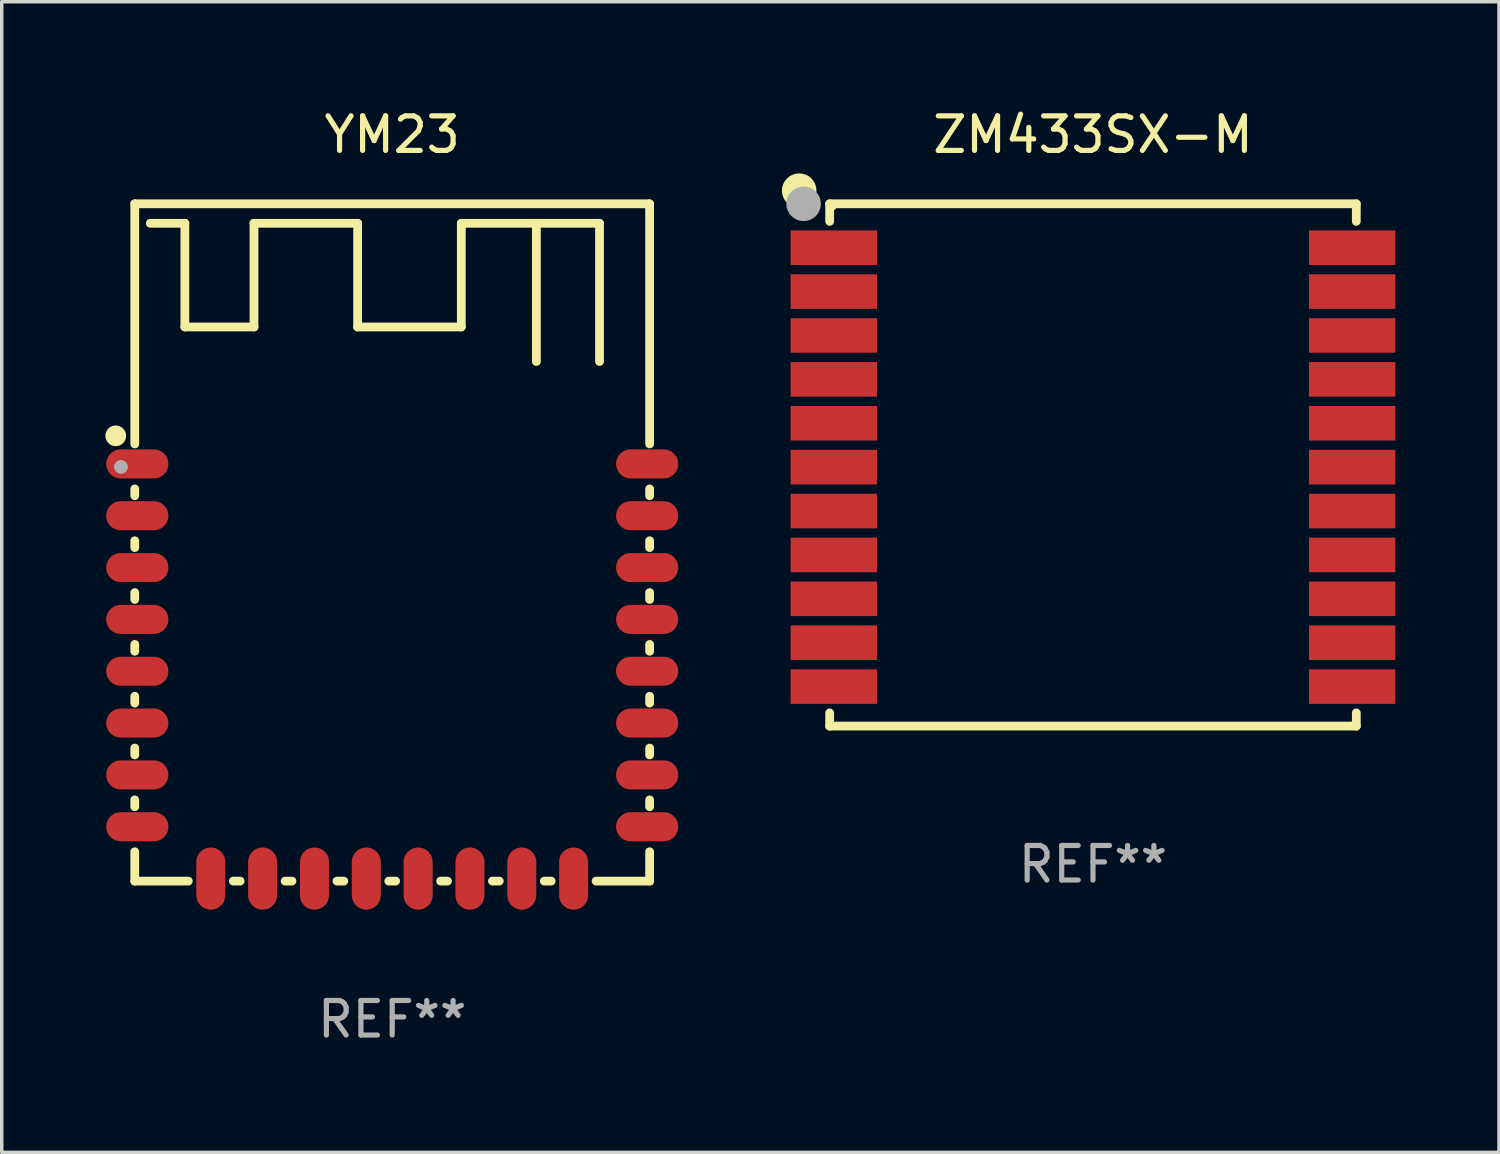
<source format=kicad_pcb>
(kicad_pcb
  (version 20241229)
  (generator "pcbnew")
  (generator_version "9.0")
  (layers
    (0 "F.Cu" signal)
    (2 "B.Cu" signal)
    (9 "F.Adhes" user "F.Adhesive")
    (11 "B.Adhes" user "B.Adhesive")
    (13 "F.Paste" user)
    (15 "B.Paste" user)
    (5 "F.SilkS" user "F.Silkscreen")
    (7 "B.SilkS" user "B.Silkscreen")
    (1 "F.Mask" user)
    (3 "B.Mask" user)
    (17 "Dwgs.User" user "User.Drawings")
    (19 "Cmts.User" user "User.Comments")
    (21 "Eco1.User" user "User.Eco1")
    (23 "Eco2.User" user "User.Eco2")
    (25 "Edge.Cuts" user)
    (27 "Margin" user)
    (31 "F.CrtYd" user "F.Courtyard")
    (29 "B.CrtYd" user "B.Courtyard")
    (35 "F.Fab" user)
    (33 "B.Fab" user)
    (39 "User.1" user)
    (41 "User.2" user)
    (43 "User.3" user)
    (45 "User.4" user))
  (footprint "YM23"
    (layer "F.Cu")
    (at 8.3 12.648)
    (property "Reference" "YM23" (at 0 -11.8 0) (layer "F.SilkS") (effects (font (size 1 1) (thickness 0.15))))
    (attr through_hole)
    (fp_line (start -7.45 -9.8) (end 7.442 -9.8) (stroke (width 0.254) (type solid)) (layer "F.SilkS"))
    (fp_line (start -7.45 -2.851) (end -7.45 -9.8) (stroke (width 0.254) (type solid)) (layer "F.SilkS"))
    (fp_line (start -7.45 -1.351) (end -7.45 -1.549) (stroke (width 0.254) (type solid)) (layer "F.SilkS"))
    (fp_line (start -7.45 0.149) (end -7.45 -0.049) (stroke (width 0.254) (type solid)) (layer "F.SilkS"))
    (fp_line (start -7.45 1.649) (end -7.45 1.451) (stroke (width 0.254) (type solid)) (layer "F.SilkS"))
    (fp_line (start -7.45 3.149) (end -7.45 2.951) (stroke (width 0.254) (type solid)) (layer "F.SilkS"))
    (fp_line (start -7.45 4.649) (end -7.45 4.451) (stroke (width 0.254) (type solid)) (layer "F.SilkS"))
    (fp_line (start -7.45 6.149) (end -7.45 5.951) (stroke (width 0.254) (type solid)) (layer "F.SilkS"))
    (fp_line (start -7.45 7.649) (end -7.45 7.451) (stroke (width 0.254) (type solid)) (layer "F.SilkS"))
    (fp_line (start -7.45 9.8) (end -7.45 8.951) (stroke (width 0.254) (type solid)) (layer "F.SilkS"))
    (fp_line (start -6 -9.236) (end -7 -9.236) (stroke (width 0.254) (type solid)) (layer "F.SilkS"))
    (fp_line (start -6 -6.236) (end -6 -9.236) (stroke (width 0.254) (type solid)) (layer "F.SilkS"))
    (fp_line (start -5.901 9.8) (end -7.45 9.8) (stroke (width 0.254) (type solid)) (layer "F.SilkS"))
    (fp_line (start -4.401 9.8) (end -4.598 9.8) (stroke (width 0.254) (type solid)) (layer "F.SilkS"))
    (fp_line (start -4 -9.236) (end -4 -6.236) (stroke (width 0.254) (type solid)) (layer "F.SilkS"))
    (fp_line (start -4 -6.236) (end -6 -6.236) (stroke (width 0.254) (type solid)) (layer "F.SilkS"))
    (fp_line (start -2.901 9.8) (end -3.099 9.8) (stroke (width 0.254) (type solid)) (layer "F.SilkS"))
    (fp_line (start -1.401 9.8) (end -1.598 9.8) (stroke (width 0.254) (type solid)) (layer "F.SilkS"))
    (fp_line (start -1 -9.236) (end -4 -9.236) (stroke (width 0.254) (type solid)) (layer "F.SilkS"))
    (fp_line (start -1 -6.236) (end -1 -9.236) (stroke (width 0.254) (type solid)) (layer "F.SilkS"))
    (fp_line (start 0.099 9.8) (end -0.099 9.8) (stroke (width 0.254) (type solid)) (layer "F.SilkS"))
    (fp_line (start 1.599 9.8) (end 1.402 9.8) (stroke (width 0.254) (type solid)) (layer "F.SilkS"))
    (fp_line (start 2 -9.236) (end 2 -6.236) (stroke (width 0.254) (type solid)) (layer "F.SilkS"))
    (fp_line (start 2 -6.236) (end -1 -6.236) (stroke (width 0.254) (type solid)) (layer "F.SilkS"))
    (fp_line (start 3.099 9.8) (end 2.901 9.8) (stroke (width 0.254) (type solid)) (layer "F.SilkS"))
    (fp_line (start 4.172 -9.236) (end 4.172 -5.236) (stroke (width 0.254) (type solid)) (layer "F.SilkS"))
    (fp_line (start 4.599 9.8) (end 4.402 9.8) (stroke (width 0.254) (type solid)) (layer "F.SilkS"))
    (fp_line (start 6 -9.236) (end 2 -9.236) (stroke (width 0.254) (type solid)) (layer "F.SilkS"))
    (fp_line (start 6 -5.236) (end 6 -9.236) (stroke (width 0.254) (type solid)) (layer "F.SilkS"))
    (fp_line (start 7.45 -9.8) (end 7.45 -2.851) (stroke (width 0.254) (type solid)) (layer "F.SilkS"))
    (fp_line (start 7.45 -1.549) (end 7.45 -1.351) (stroke (width 0.254) (type solid)) (layer "F.SilkS"))
    (fp_line (start 7.45 -0.049) (end 7.45 0.149) (stroke (width 0.254) (type solid)) (layer "F.SilkS"))
    (fp_line (start 7.45 1.451) (end 7.45 1.649) (stroke (width 0.254) (type solid)) (layer "F.SilkS"))
    (fp_line (start 7.45 2.951) (end 7.45 3.149) (stroke (width 0.254) (type solid)) (layer "F.SilkS"))
    (fp_line (start 7.45 4.451) (end 7.45 4.649) (stroke (width 0.254) (type solid)) (layer "F.SilkS"))
    (fp_line (start 7.45 5.951) (end 7.45 6.149) (stroke (width 0.254) (type solid)) (layer "F.SilkS"))
    (fp_line (start 7.45 7.451) (end 7.45 7.649) (stroke (width 0.254) (type solid)) (layer "F.SilkS"))
    (fp_line (start 7.45 8.951) (end 7.45 9.8) (stroke (width 0.254) (type solid)) (layer "F.SilkS"))
    (fp_line (start 7.45 9.8) (end 5.901 9.8) (stroke (width 0.254) (type solid)) (layer "F.SilkS"))
    (fp_circle (center -8 -3.086) (end -7.85 -3.086) (stroke (width 0.3) (type solid)) (fill no) (layer "F.SilkS"))
    (fp_circle (center -7.47 -9.8) (end -7.44 -9.8) (stroke (width 0.06) (type solid)) (fill no) (layer "F.SilkS"))
    (fp_circle (center -7.85 -2.186) (end -7.749 -2.186) (stroke (width 0.2) (type solid)) (fill no) (layer "F.Fab"))
    (fp_text user "REF**" (at 0 13.8 0) (layer "F.Fab") (effects (font (size 1 1) (thickness 0.15))))
    (pad "1" smd oval (at -7.377 -2.273) (size 1.8 0.84) (layers "F.Cu" "F.Mask" "F.Paste"))
    (pad "2" smd oval (at -7.377 -0.773) (size 1.8 0.84) (layers "F.Cu" "F.Mask" "F.Paste"))
    (pad "3" smd oval (at -7.377 0.727) (size 1.8 0.84) (layers "F.Cu" "F.Mask" "F.Paste"))
    (pad "4" smd oval (at -7.377 2.227) (size 1.8 0.84) (layers "F.Cu" "F.Mask" "F.Paste"))
    (pad "5" smd oval (at -7.377 3.727) (size 1.8 0.84) (layers "F.Cu" "F.Mask" "F.Paste"))
    (pad "6" smd oval (at -7.377 5.227) (size 1.8 0.84) (layers "F.Cu" "F.Mask" "F.Paste"))
    (pad "7" smd oval (at -7.377 6.727) (size 1.8 0.84) (layers "F.Cu" "F.Mask" "F.Paste"))
    (pad "8" smd oval (at -7.377 8.227) (size 1.8 0.84) (layers "F.Cu" "F.Mask" "F.Paste"))
    (pad "9" smd oval (at -5.25 9.727) (size 0.84 1.8) (layers "F.Cu" "F.Mask" "F.Paste"))
    (pad "10" smd oval (at -3.75 9.727) (size 0.84 1.8) (layers "F.Cu" "F.Mask" "F.Paste"))
    (pad "11" smd oval (at -2.25 9.727) (size 0.84 1.8) (layers "F.Cu" "F.Mask" "F.Paste"))
    (pad "12" smd oval (at -0.75 9.727) (size 0.84 1.8) (layers "F.Cu" "F.Mask" "F.Paste"))
    (pad "13" smd oval (at 0.75 9.727) (size 0.84 1.8) (layers "F.Cu" "F.Mask" "F.Paste"))
    (pad "14" smd oval (at 2.25 9.727) (size 0.84 1.8) (layers "F.Cu" "F.Mask" "F.Paste"))
    (pad "15" smd oval (at 3.75 9.727) (size 0.84 1.8) (layers "F.Cu" "F.Mask" "F.Paste"))
    (pad "16" smd oval (at 5.25 9.727) (size 0.84 1.8) (layers "F.Cu" "F.Mask" "F.Paste"))
    (pad "17" smd oval (at 7.378 8.227) (size 1.8 0.84) (layers "F.Cu" "F.Mask" "F.Paste"))
    (pad "18" smd oval (at 7.378 6.727) (size 1.8 0.84) (layers "F.Cu" "F.Mask" "F.Paste"))
    (pad "19" smd oval (at 7.378 5.227) (size 1.8 0.84) (layers "F.Cu" "F.Mask" "F.Paste"))
    (pad "20" smd oval (at 7.378 3.727) (size 1.8 0.84) (layers "F.Cu" "F.Mask" "F.Paste"))
    (pad "21" smd oval (at 7.378 2.227) (size 1.8 0.84) (layers "F.Cu" "F.Mask" "F.Paste"))
    (pad "22" smd oval (at 7.378 0.727) (size 1.8 0.84) (layers "F.Cu" "F.Mask" "F.Paste"))
    (pad "23" smd oval (at 7.378 -0.773) (size 1.8 0.84) (layers "F.Cu" "F.Mask" "F.Paste"))
    (pad "24" smd oval (at 7.378 -2.273) (size 1.8 0.84) (layers "F.Cu" "F.Mask" "F.Paste")))
  (footprint "ZM433SX-M"
    (layer "F.Cu")
    (at 28.58 10.405)
    (property "Reference" "ZM433SX-M" (at 0 -9.557 0) (layer "F.SilkS") (effects (font (size 1 1) (thickness 0.15))))
    (attr through_hole)
    (fp_line (start -7.62 -7.557) (end -7.62 -7.049) (stroke (width 0.254) (type solid)) (layer "F.SilkS"))
    (fp_line (start -7.62 7.557) (end -7.62 7.176) (stroke (width 0.254) (type solid)) (layer "F.SilkS"))
    (fp_line (start 7.62 -7.557) (end -7.62 -7.557) (stroke (width 0.254) (type solid)) (layer "F.SilkS"))
    (fp_line (start 7.62 -7.049) (end 7.62 -7.557) (stroke (width 0.254) (type solid)) (layer "F.SilkS"))
    (fp_line (start 7.62 7.176) (end 7.62 7.557) (stroke (width 0.254) (type solid)) (layer "F.SilkS"))
    (fp_line (start 7.62 7.557) (end -7.62 7.557) (stroke (width 0.254) (type solid)) (layer "F.SilkS"))
    (fp_circle (center -8.502 -7.938) (end -8.252 -7.938) (stroke (width 0.5) (type solid)) (fill no) (layer "F.SilkS"))
    (fp_circle (center -7.5 -7.437) (end -7.47 -7.437) (stroke (width 0.06) (type solid)) (fill no) (layer "F.SilkS"))
    (fp_circle (center -8.375 -7.557) (end -8.125 -7.557) (stroke (width 0.5) (type solid)) (fill no) (layer "F.Fab"))
    (fp_text user "REF**" (at 0 11.557 0) (layer "F.Fab") (effects (font (size 1 1) (thickness 0.15))))
    (pad "1" smd rect (at -7.5 -6.287) (size 2.5 1) (layers "F.Cu" "F.Mask" "F.Paste"))
    (pad "2" smd rect (at -7.5 -5.017) (size 2.5 1) (layers "F.Cu" "F.Mask" "F.Paste"))
    (pad "3" smd rect (at -7.5 -3.747) (size 2.5 1) (layers "F.Cu" "F.Mask" "F.Paste"))
    (pad "4" smd rect (at -7.5 -2.477) (size 2.5 1) (layers "F.Cu" "F.Mask" "F.Paste"))
    (pad "5" smd rect (at -7.5 -1.207) (size 2.5 1) (layers "F.Cu" "F.Mask" "F.Paste"))
    (pad "6" smd rect (at -7.5 0.064) (size 2.5 1) (layers "F.Cu" "F.Mask" "F.Paste"))
    (pad "7" smd rect (at -7.5 1.334) (size 2.5 1) (layers "F.Cu" "F.Mask" "F.Paste"))
    (pad "8" smd rect (at -7.5 2.604) (size 2.5 1) (layers "F.Cu" "F.Mask" "F.Paste"))
    (pad "9" smd rect (at -7.5 3.874) (size 2.5 1) (layers "F.Cu" "F.Mask" "F.Paste"))
    (pad "10" smd rect (at -7.5 5.144) (size 2.5 1) (layers "F.Cu" "F.Mask" "F.Paste"))
    (pad "11" smd rect (at -7.5 6.414) (size 2.5 1) (layers "F.Cu" "F.Mask" "F.Paste"))
    (pad "12" smd rect (at 7.5 6.414) (size 2.5 1) (layers "F.Cu" "F.Mask" "F.Paste"))
    (pad "13" smd rect (at 7.5 5.144) (size 2.5 1) (layers "F.Cu" "F.Mask" "F.Paste"))
    (pad "14" smd rect (at 7.5 3.874) (size 2.5 1) (layers "F.Cu" "F.Mask" "F.Paste"))
    (pad "15" smd rect (at 7.5 2.604) (size 2.5 1) (layers "F.Cu" "F.Mask" "F.Paste"))
    (pad "16" smd rect (at 7.5 1.334) (size 2.5 1) (layers "F.Cu" "F.Mask" "F.Paste"))
    (pad "17" smd rect (at 7.5 0.064) (size 2.5 1) (layers "F.Cu" "F.Mask" "F.Paste"))
    (pad "18" smd rect (at 7.5 -1.207) (size 2.5 1) (layers "F.Cu" "F.Mask" "F.Paste"))
    (pad "19" smd rect (at 7.5 -2.477) (size 2.5 1) (layers "F.Cu" "F.Mask" "F.Paste"))
    (pad "20" smd rect (at 7.5 -3.747) (size 2.5 1) (layers "F.Cu" "F.Mask" "F.Paste"))
    (pad "21" smd rect (at 7.5 -5.017) (size 2.5 1) (layers "F.Cu" "F.Mask" "F.Paste"))
    (pad "22" smd rect (at 7.5 -6.287) (size 2.5 1) (layers "F.Cu" "F.Mask" "F.Paste")))
  (gr_rect
    (start -3 -3)
    (end 40.33 30.297)
    (stroke (width 0.1) (type default))
    (fill no)
    (layer "Edge.Cuts")))
</source>
